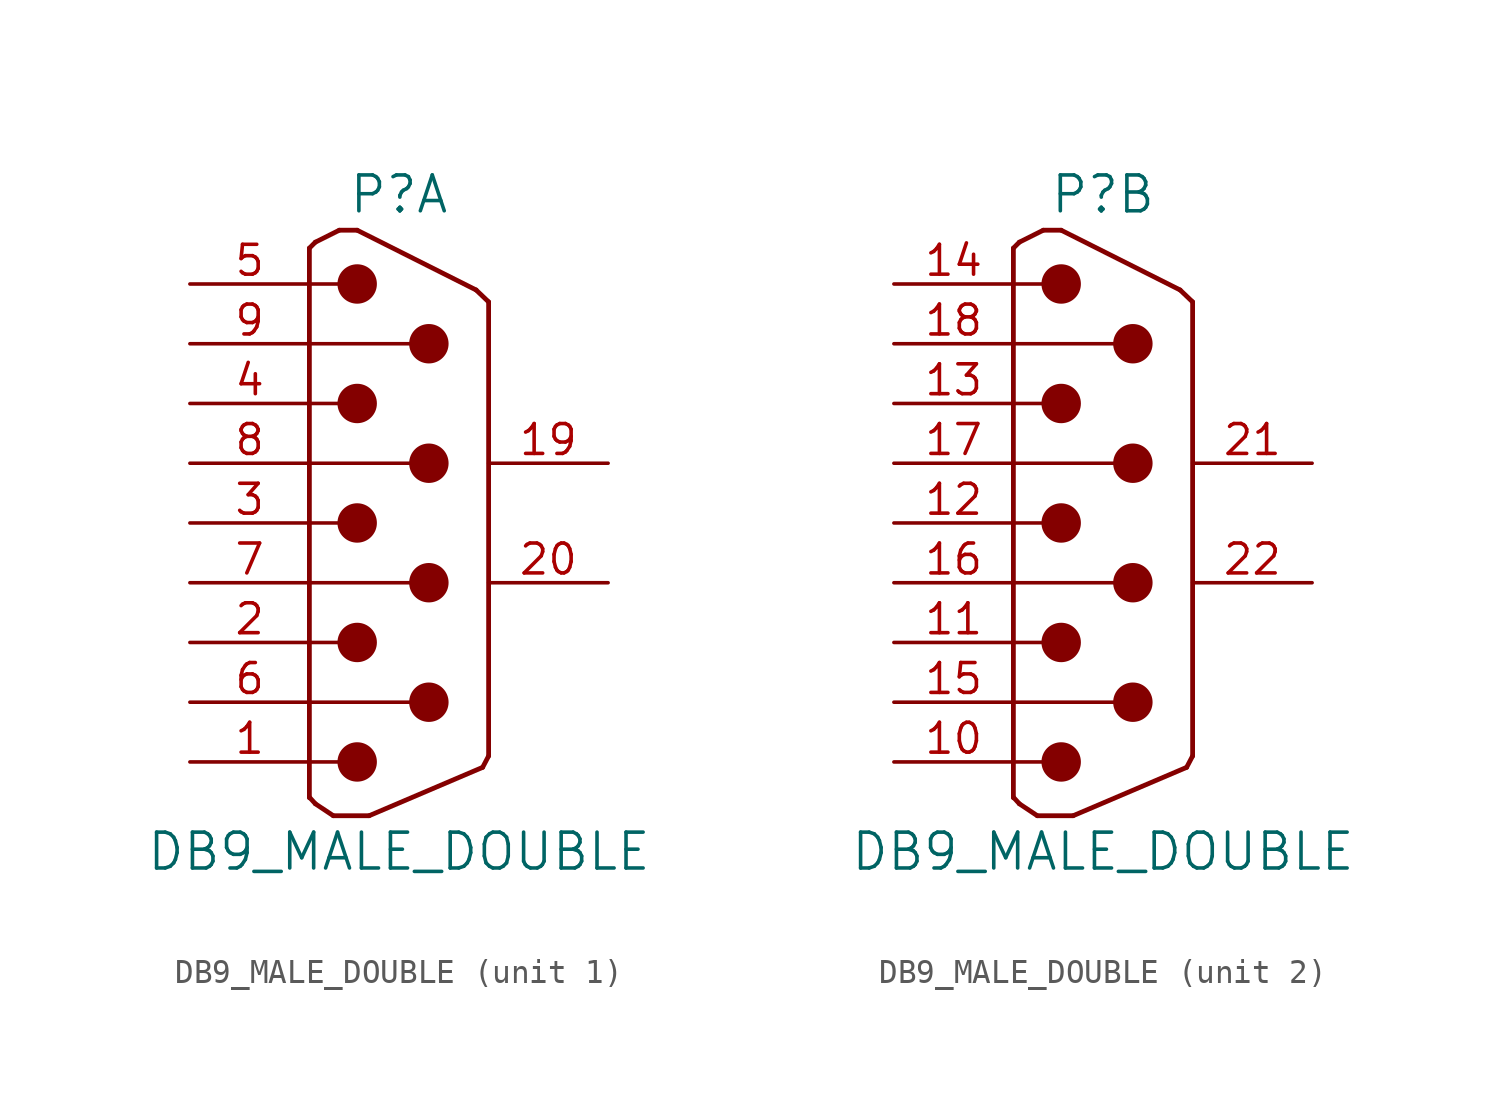
<source format=kicad_sym>
(kicad_symbol_lib
  (version 20201005)
  (generator kicad_symbol_editor)
  (symbol "DB9_MALE_DOUBLE"
    (pin_names
      (offset 1.016) hide)
    (property "Reference" "P"
      (at 0 13.97 0)
      (effects (font (size 1.524 1.524))))
    (property "Value" "DB9_MALE_DOUBLE"
      (at 0 -13.97 0)
      (effects (font (size 1.524 1.524))))
    (property "Datasheet" ""
      (at 0 13.97 0)
      (effects (font (size 1.27 1.27))))
    (symbol "DB9_MALE_DOUBLE_0_1"
      (circle (center -1.778 -10.16) (radius 0.762) (stroke (width 0)) (fill (type outline)))
      (circle (center -1.778 -5.08) (radius 0.762) (stroke (width 0)) (fill (type outline)))
      (circle (center -1.778 0) (radius 0.762) (stroke (width 0)) (fill (type outline)))
      (circle (center -1.778 5.08) (radius 0.762) (stroke (width 0)) (fill (type outline)))
      (circle (center -1.778 10.16) (radius 0.762) (stroke (width 0)) (fill (type outline)))
      (circle (center 1.27 -7.62) (radius 0.762) (stroke (width 0)) (fill (type outline)))
      (circle (center 1.27 -2.54) (radius 0.762) (stroke (width 0)) (fill (type outline)))
      (circle (center 1.27 2.54) (radius 0.762) (stroke (width 0)) (fill (type outline)))
      (circle (center 1.27 7.62) (radius 0.762) (stroke (width 0)) (fill (type outline)))
      (polyline (pts (xy -3.81 -11.684) (xy -3.81 11.684)) (stroke (width 0.203)) (fill (type none)))
      (polyline (pts (xy -3.81 -11.659) (xy -3.556 -11.938)) (stroke (width 0.203)) (fill (type none)))
      (polyline (pts (xy -3.81 -10.16) (xy -2.54 -10.16)) (stroke (width 0)) (fill (type none)))
      (polyline (pts (xy -3.81 -7.62) (xy 0.508 -7.62)) (stroke (width 0)) (fill (type none)))
      (polyline (pts (xy -3.81 -5.08) (xy -2.54 -5.08)) (stroke (width 0)) (fill (type none)))
      (polyline (pts (xy -3.81 -2.54) (xy 0.508 -2.54)) (stroke (width 0)) (fill (type none)))
      (polyline (pts (xy -3.81 0) (xy -2.54 0)) (stroke (width 0)) (fill (type none)))
      (polyline (pts (xy -3.81 2.54) (xy 0.508 2.54)) (stroke (width 0)) (fill (type none)))
      (polyline (pts (xy -3.81 5.08) (xy -2.54 5.08)) (stroke (width 0)) (fill (type none)))
      (polyline (pts (xy -3.81 7.62) (xy 0.508 7.62)) (stroke (width 0)) (fill (type none)))
      (polyline (pts (xy -3.81 10.16) (xy -2.54 10.16)) (stroke (width 0)) (fill (type none)))
      (polyline (pts (xy -3.556 -11.938) (xy -2.794 -12.446)) (stroke (width 0.203)) (fill (type none)))
      (polyline (pts (xy -3.556 11.938) (xy -3.81 11.684)) (stroke (width 0.203)) (fill (type none)))
      (polyline (pts (xy -3.556 11.938) (xy -2.54 12.446)) (stroke (width 0.203)) (fill (type none)))
      (polyline (pts (xy -2.794 -12.446) (xy -1.27 -12.446)) (stroke (width 0.203)) (fill (type none)))
      (polyline (pts (xy -2.54 12.446) (xy -1.778 12.446)) (stroke (width 0.203)) (fill (type none)))
      (polyline (pts (xy 3.277 9.906) (xy -1.778 12.446)) (stroke (width 0.203)) (fill (type none)))
      (polyline (pts (xy 3.277 9.906) (xy 3.81 9.398)) (stroke (width 0.203)) (fill (type none)))
      (polyline (pts (xy 3.556 -10.389) (xy -1.27 -12.446)) (stroke (width 0.203)) (fill (type none)))
      (polyline (pts (xy 3.81 -9.906) (xy 3.556 -10.389)) (stroke (width 0.203)) (fill (type none)))
      (polyline (pts (xy 3.81 9.398) (xy 3.81 -9.906)) (stroke (width 0.203)) (fill (type none))))
    (symbol "DB9_MALE_DOUBLE_1_1"
      (pin passive line (at -8.89 -10.16 0) (length 5.08) (name "1" (effects (font (size 1.27 1.27)))) (number "1" (effects (font (size 1.27 1.27)))))
      (pin passive line (at 8.89 2.54 180) (length 5.08) (name "~" (effects (font (size 1.27 1.27)))) (number "19" (effects (font (size 1.27 1.27)))))
      (pin passive line (at -8.89 -5.08 0) (length 5.08) (name "2" (effects (font (size 1.27 1.27)))) (number "2" (effects (font (size 1.27 1.27)))))
      (pin passive line (at 8.89 -2.54 180) (length 5.08) (name "~" (effects (font (size 1.27 1.27)))) (number "20" (effects (font (size 1.27 1.27)))))
      (pin passive line (at -8.89 0 0) (length 5.08) (name "3" (effects (font (size 1.27 1.27)))) (number "3" (effects (font (size 1.27 1.27)))))
      (pin passive line (at -8.89 5.08 0) (length 5.08) (name "4" (effects (font (size 1.27 1.27)))) (number "4" (effects (font (size 1.27 1.27)))))
      (pin passive line (at -8.89 10.16 0) (length 5.08) (name "5" (effects (font (size 1.27 1.27)))) (number "5" (effects (font (size 1.27 1.27)))))
      (pin passive line (at -8.89 -7.62 0) (length 5.08) (name "P6" (effects (font (size 1.27 1.27)))) (number "6" (effects (font (size 1.27 1.27)))))
      (pin passive line (at -8.89 -2.54 0) (length 5.08) (name "P7" (effects (font (size 1.27 1.27)))) (number "7" (effects (font (size 1.27 1.27)))))
      (pin passive line (at -8.89 2.54 0) (length 5.08) (name "P8" (effects (font (size 1.27 1.27)))) (number "8" (effects (font (size 1.27 1.27)))))
      (pin passive line (at -8.89 7.62 0) (length 5.08) (name "P9" (effects (font (size 1.27 1.27)))) (number "9" (effects (font (size 1.27 1.27))))))
    (symbol "DB9_MALE_DOUBLE_2_1"
      (pin passive line (at -8.89 -10.16 0) (length 5.08) (name "~" (effects (font (size 1.27 1.27)))) (number "10" (effects (font (size 1.27 1.27)))))
      (pin passive line (at -8.89 -5.08 0) (length 5.08) (name "~" (effects (font (size 1.27 1.27)))) (number "11" (effects (font (size 1.27 1.27)))))
      (pin passive line (at -8.89 0 0) (length 5.08) (name "~" (effects (font (size 1.27 1.27)))) (number "12" (effects (font (size 1.27 1.27)))))
      (pin passive line (at -8.89 5.08 0) (length 5.08) (name "~" (effects (font (size 1.27 1.27)))) (number "13" (effects (font (size 1.27 1.27)))))
      (pin passive line (at -8.89 10.16 0) (length 5.08) (name "~" (effects (font (size 1.27 1.27)))) (number "14" (effects (font (size 1.27 1.27)))))
      (pin passive line (at -8.89 -7.62 0) (length 5.08) (name "~" (effects (font (size 1.27 1.27)))) (number "15" (effects (font (size 1.27 1.27)))))
      (pin passive line (at -8.89 -2.54 0) (length 5.08) (name "~" (effects (font (size 1.27 1.27)))) (number "16" (effects (font (size 1.27 1.27)))))
      (pin passive line (at -8.89 2.54 0) (length 5.08) (name "~" (effects (font (size 1.27 1.27)))) (number "17" (effects (font (size 1.27 1.27)))))
      (pin passive line (at -8.89 7.62 0) (length 5.08) (name "~" (effects (font (size 1.27 1.27)))) (number "18" (effects (font (size 1.27 1.27)))))
      (pin passive line (at 8.89 2.54 180) (length 5.08) (name "~" (effects (font (size 1.27 1.27)))) (number "21" (effects (font (size 1.27 1.27)))))
      (pin passive line (at 8.89 -2.54 180) (length 5.08) (name "~" (effects (font (size 1.27 1.27)))) (number "22" (effects (font (size 1.27 1.27))))))))
</source>
